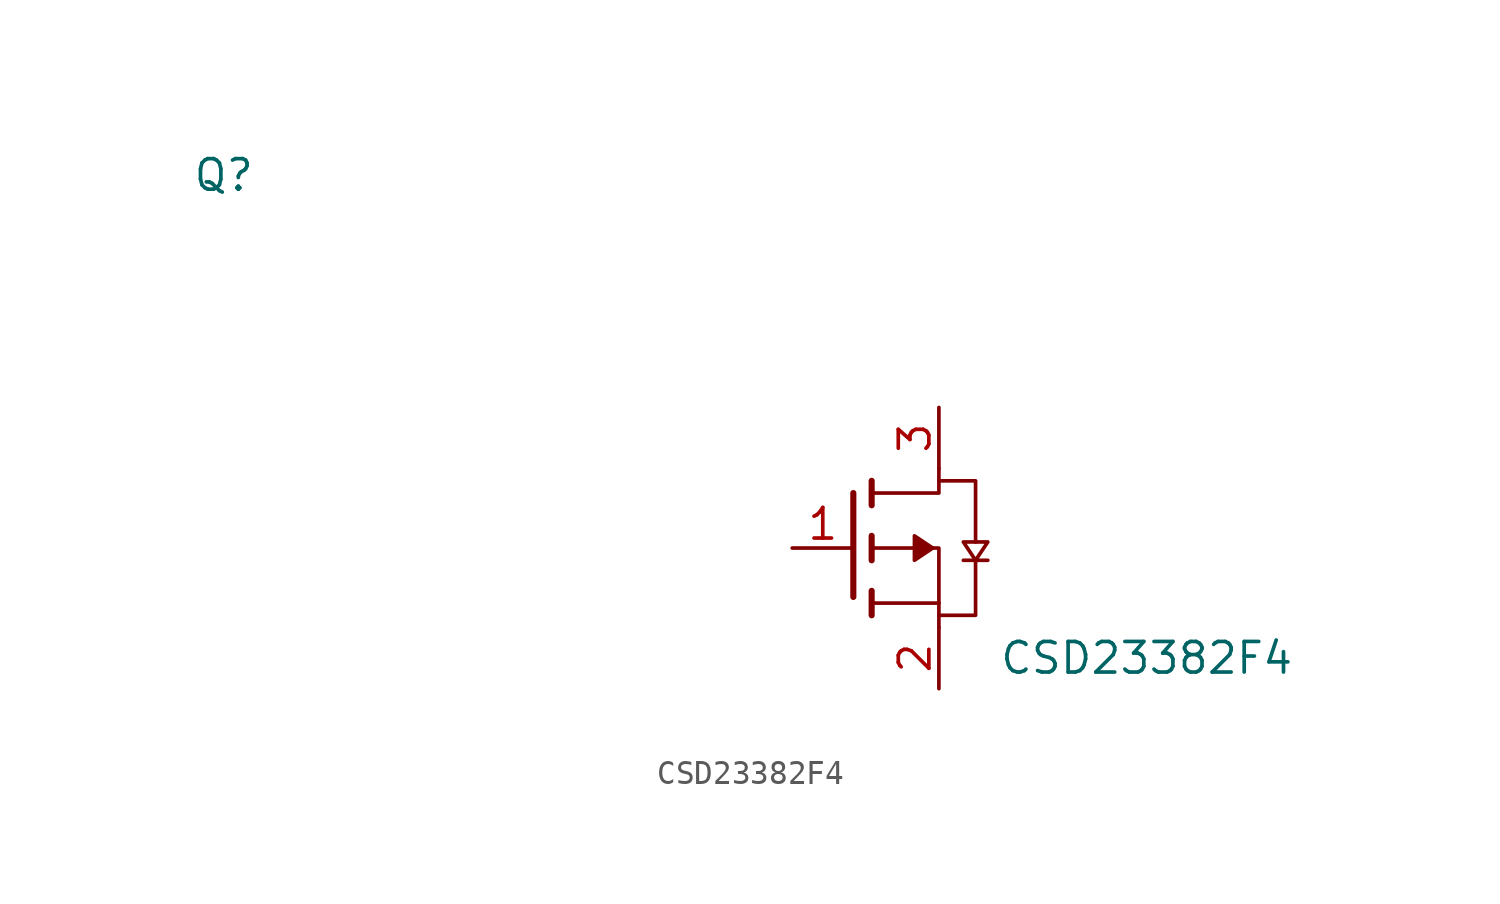
<source format=kicad_sym>
(kicad_symbol_lib
  (version 20211014)
  (generator kicad_symbol_editor)
  (symbol "CSD23382F4"
    (pin_names
      (offset 1.016))
    (property "Reference" "Q"
      (at -28.702 15.494 0)
      (effects (font (size 1.27 1.27))))
    (property "Value" "CSD23382F4"
      (at 9.652 -4.572 0)
      (effects (font (size 1.27 1.27))))
    (symbol "CSD23382F4_0_1"
      (polyline (pts (xy -2.54 2.286) (xy -2.54 -2.032)) (stroke (width 0.254) (type default) (color 0 0 0 0)) (fill (type none)))
      (polyline (pts (xy -1.778 -1.778) (xy -1.778 -2.794)) (stroke (width 0.254) (type default) (color 0 0 0 0)) (fill (type none)))
      (polyline (pts (xy -1.778 0) (xy 0 0)) (stroke (width 0) (type default) (color 0 0 0 0)) (fill (type none)))
      (polyline (pts (xy -1.778 0.508) (xy -1.778 -0.508)) (stroke (width 0.254) (type default) (color 0 0 0 0)) (fill (type none)))
      (polyline (pts (xy -1.778 2.794) (xy -1.778 1.778)) (stroke (width 0.254) (type default) (color 0 0 0 0)) (fill (type none)))
      (polyline (pts (xy 1.016 -2.286) (xy 1.016 -3.302)) (stroke (width 0) (type default) (color 0 0 0 0)) (fill (type none)))
      (polyline (pts (xy 2.032 -0.508) (xy 3.048 -0.508)) (stroke (width 0) (type default) (color 0 0 0 0)) (fill (type none)))
      (polyline (pts (xy -1.778 2.286) (xy 1.016 2.286) (xy 1.016 3.302)) (stroke (width 0) (type default) (color 0 0 0 0)) (fill (type none)))
      (polyline (pts (xy 2.54 -0.508) (xy 2.54 -2.794) (xy 1.016 -2.794)) (stroke (width 0) (type default) (color 0 0 0 0)) (fill (type none)))
      (polyline (pts (xy 2.54 0.254) (xy 2.54 2.794) (xy 1.016 2.794)) (stroke (width 0) (type default) (color 0 0 0 0)) (fill (type none)))
      (polyline (pts (xy 0.762 0) (xy 0 0.508) (xy 0 -0.508) (xy 0.762 0)) (stroke (width 0) (type default) (color 0 0 0 0)) (fill (type outline)))
      (polyline (pts (xy 0.762 0) (xy 1.016 0) (xy 1.016 -2.286) (xy -1.778 -2.286)) (stroke (width 0) (type default) (color 0 0 0 0)) (fill (type none)))
      (polyline (pts (xy 2.54 -0.508) (xy 3.048 0.254) (xy 2.032 0.254) (xy 2.54 -0.508)) (stroke (width 0) (type default) (color 0 0 0 0)) (fill (type none))))
    (symbol "CSD23382F4_1_1"
      (pin passive line (at -5.08 0 0) (length 2.54) (name "" (effects (font (size 1.27 1.27)))) (number "1" (effects (font (size 1.27 1.27)))))
      (pin passive line (at 1.016 -5.842 90) (length 2.54) (name "" (effects (font (size 1.27 1.27)))) (number "2" (effects (font (size 1.27 1.27)))))
      (pin passive line (at 1.016 5.842 270) (length 2.54) (name "" (effects (font (size 1.27 1.27)))) (number "3" (effects (font (size 1.27 1.27))))))))
</source>
